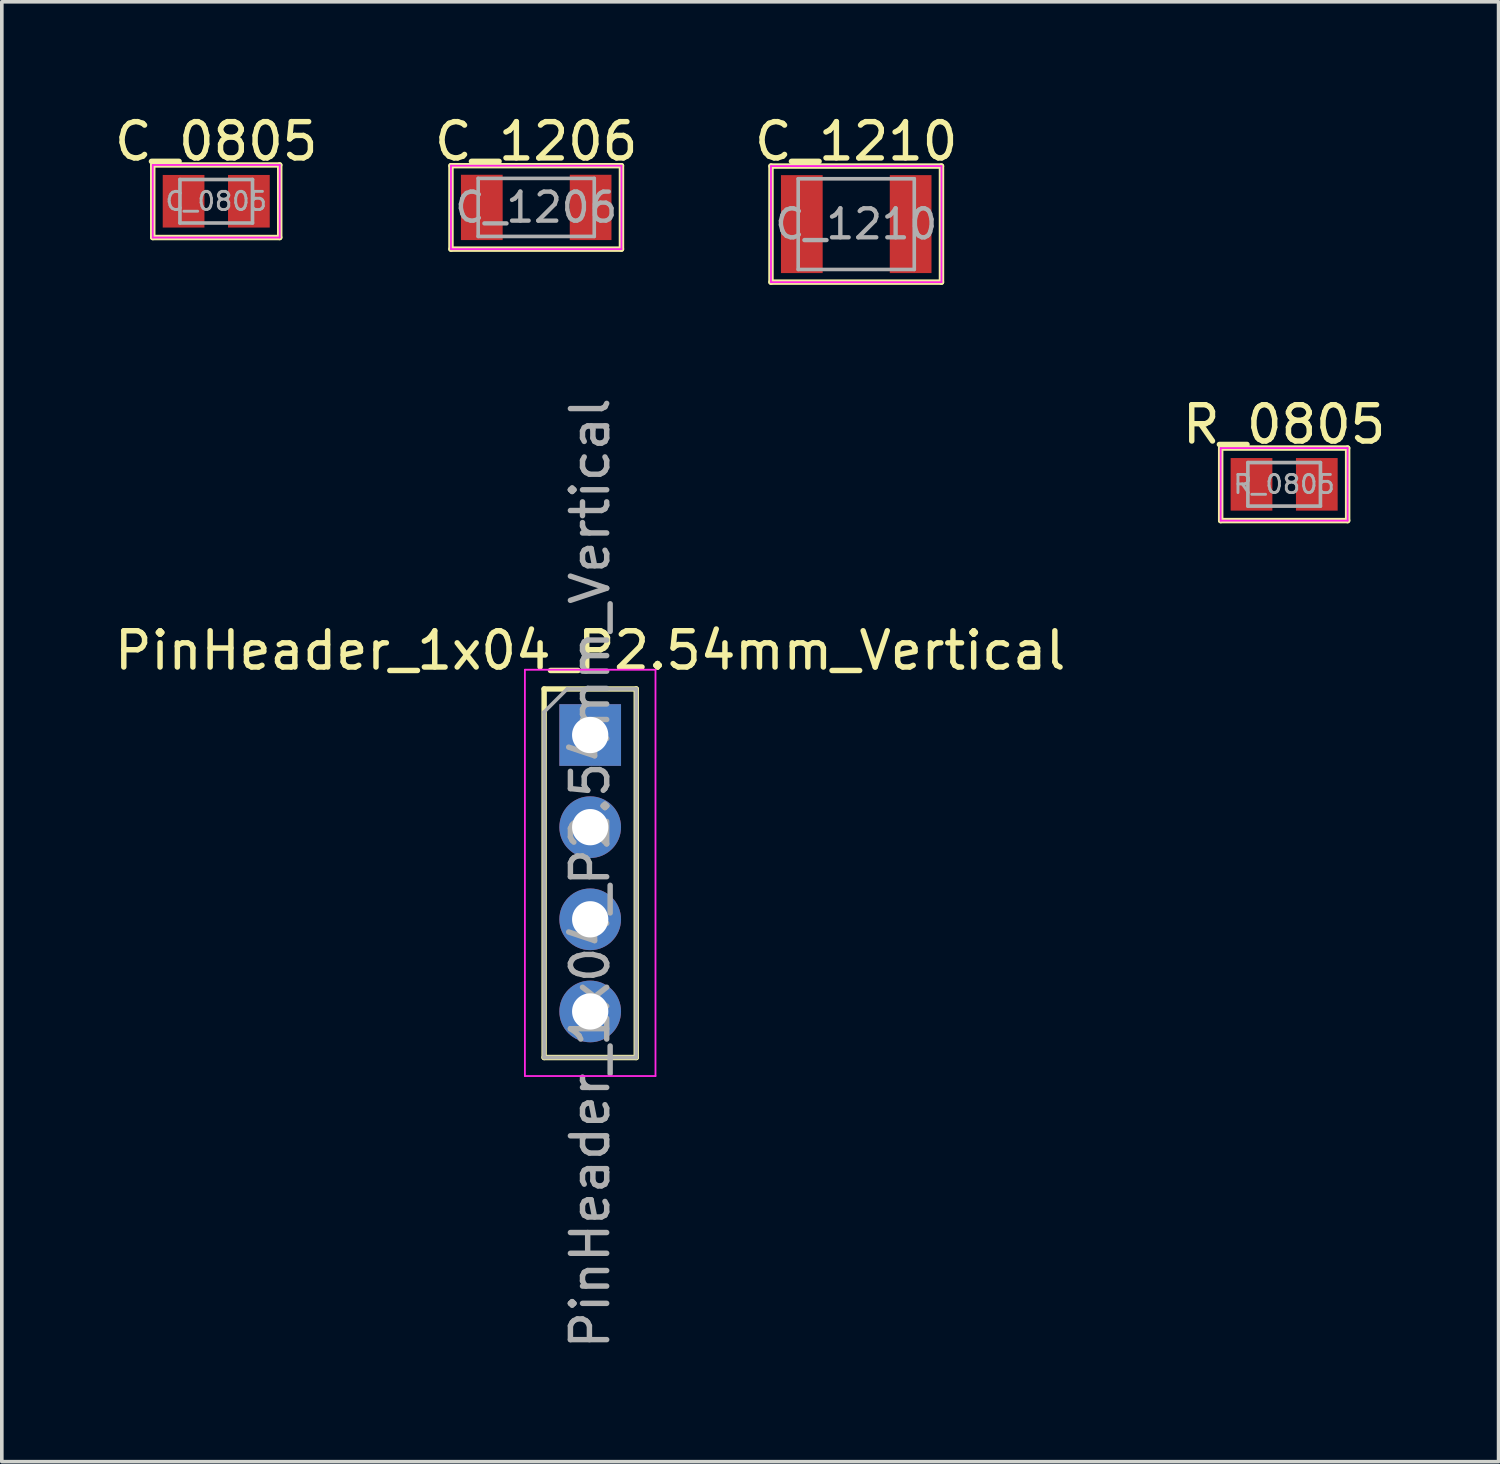
<source format=kicad_pcb>
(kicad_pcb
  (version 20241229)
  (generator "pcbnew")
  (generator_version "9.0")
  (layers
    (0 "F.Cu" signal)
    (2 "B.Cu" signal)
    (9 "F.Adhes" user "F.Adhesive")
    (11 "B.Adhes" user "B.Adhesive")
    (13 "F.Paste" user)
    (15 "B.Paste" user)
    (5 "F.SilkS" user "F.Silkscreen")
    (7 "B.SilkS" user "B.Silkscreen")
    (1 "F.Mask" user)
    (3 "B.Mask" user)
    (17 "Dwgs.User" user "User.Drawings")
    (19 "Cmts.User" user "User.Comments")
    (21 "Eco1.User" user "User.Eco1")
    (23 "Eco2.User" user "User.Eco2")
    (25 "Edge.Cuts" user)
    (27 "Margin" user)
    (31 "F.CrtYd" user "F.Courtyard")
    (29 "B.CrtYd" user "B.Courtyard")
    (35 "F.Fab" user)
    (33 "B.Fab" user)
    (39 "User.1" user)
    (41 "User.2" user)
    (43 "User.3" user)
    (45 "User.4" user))
  (footprint "C_0805"
    (layer "F.Cu")
    (at 2.911 2.498)
    (property "Reference" "C_0805" (at 0 -1.65 0) (layer "F.SilkS") (effects (font (size 1 1) (thickness 0.15))))
    (attr smd)
    (fp_line (start -1.75 -1) (end 1.75 -1) (stroke (width 0.15) (type solid)) (layer "F.SilkS"))
    (fp_line (start -1.75 1) (end -1.75 -1) (stroke (width 0.15) (type solid)) (layer "F.SilkS"))
    (fp_line (start 1.75 -1) (end 1.75 1) (stroke (width 0.15) (type solid)) (layer "F.SilkS"))
    (fp_line (start 1.75 1) (end -1.75 1) (stroke (width 0.15) (type solid)) (layer "F.SilkS"))
    (fp_line (start -1.75 -1) (end 1.75 -1) (stroke (width 0.05) (type solid)) (layer "F.CrtYd"))
    (fp_line (start -1.75 1) (end -1.75 -1) (stroke (width 0.05) (type solid)) (layer "F.CrtYd"))
    (fp_line (start 1.75 -1) (end 1.75 1) (stroke (width 0.05) (type solid)) (layer "F.CrtYd"))
    (fp_line (start 1.75 1) (end -1.75 1) (stroke (width 0.05) (type solid)) (layer "F.CrtYd"))
    (fp_line (start -1 -0.6) (end 1 -0.6) (stroke (width 0.1) (type solid)) (layer "F.Fab"))
    (fp_line (start -1 0.6) (end -1 -0.6) (stroke (width 0.1) (type solid)) (layer "F.Fab"))
    (fp_line (start 1 -0.6) (end 1 0.6) (stroke (width 0.1) (type solid)) (layer "F.Fab"))
    (fp_line (start 1 0.6) (end -1 0.6) (stroke (width 0.1) (type solid)) (layer "F.Fab"))
    (fp_text user "${REFERENCE}" (at 0 0 0) (layer "F.Fab") (effects (font (size 0.5 0.5) (thickness 0.08))))
    (pad "1" smd rect (at -0.9 0) (size 1.15 1.45) (layers "F.Cu" "F.Mask" "F.Paste"))
    (pad "2" smd rect (at 0.9 0) (size 1.15 1.45) (layers "F.Cu" "F.Mask" "F.Paste")))
  (footprint "PinHeader_1x04_P2.54mm_Vertical"
    (layer "F.Cu")
    (at 13.22 17.213)
    (property "Reference" "PinHeader_1x04_P2.54mm_Vertical" (at 0 -2.33 0) (layer "F.SilkS") (effects (font (size 1 1) (thickness 0.15))))
    (attr through_hole)
    (fp_line (start -1.27 -1.27) (end -1.27 8.89) (stroke (width 0.15) (type solid)) (layer "F.SilkS"))
    (fp_line (start -1.27 8.89) (end 1.27 8.89) (stroke (width 0.15) (type solid)) (layer "F.SilkS"))
    (fp_line (start 1.27 -1.27) (end -1.27 -1.27) (stroke (width 0.15) (type solid)) (layer "F.SilkS"))
    (fp_line (start 1.27 -1.27) (end 1.27 8.89) (stroke (width 0.15) (type solid)) (layer "F.SilkS"))
    (fp_line (start -1.8 -1.8) (end -1.8 9.4) (stroke (width 0.05) (type solid)) (layer "F.CrtYd"))
    (fp_line (start -1.8 9.4) (end 1.8 9.4) (stroke (width 0.05) (type solid)) (layer "F.CrtYd"))
    (fp_line (start 1.8 -1.8) (end -1.8 -1.8) (stroke (width 0.05) (type solid)) (layer "F.CrtYd"))
    (fp_line (start 1.8 9.4) (end 1.8 -1.8) (stroke (width 0.05) (type solid)) (layer "F.CrtYd"))
    (fp_line (start -1.27 -0.635) (end -0.635 -1.27) (stroke (width 0.1) (type solid)) (layer "F.Fab"))
    (fp_line (start -1.27 8.89) (end -1.27 -0.635) (stroke (width 0.1) (type solid)) (layer "F.Fab"))
    (fp_line (start -0.635 -1.27) (end 1.27 -1.27) (stroke (width 0.1) (type solid)) (layer "F.Fab"))
    (fp_line (start 1.27 -1.27) (end 1.27 8.89) (stroke (width 0.1) (type solid)) (layer "F.Fab"))
    (fp_line (start 1.27 8.89) (end -1.27 8.89) (stroke (width 0.1) (type solid)) (layer "F.Fab"))
    (fp_text user "${REFERENCE}" (at 0 3.81 90) (layer "F.Fab") (effects (font (size 1 1) (thickness 0.15))))
    (pad "1" thru_hole rect (at 0 0) (size 1.7 1.7) (drill 1) (layers "*.Cu" "*.Mask"))
    (pad "2" thru_hole oval (at 0 2.54) (size 1.7 1.7) (drill 1) (layers "*.Cu" "*.Mask"))
    (pad "3" thru_hole oval (at 0 5.08) (size 1.7 1.7) (drill 1) (layers "*.Cu" "*.Mask"))
    (pad "4" thru_hole oval (at 0 7.62) (size 1.7 1.7) (drill 1) (layers "*.Cu" "*.Mask")))
  (footprint "C_1210"
    (layer "F.Cu")
    (at 20.554 3.128)
    (property "Reference" "C_1210" (at 0 -2.28 0) (layer "F.SilkS") (effects (font (size 1 1) (thickness 0.15))))
    (attr smd)
    (fp_line (start -2.35 -1.6) (end 2.35 -1.6) (stroke (width 0.15) (type solid)) (layer "F.SilkS"))
    (fp_line (start -2.35 1.6) (end -2.35 -1.6) (stroke (width 0.15) (type solid)) (layer "F.SilkS"))
    (fp_line (start 2.35 -1.6) (end 2.35 1.6) (stroke (width 0.15) (type solid)) (layer "F.SilkS"))
    (fp_line (start 2.35 1.6) (end -2.35 1.6) (stroke (width 0.15) (type solid)) (layer "F.SilkS"))
    (fp_line (start -2.35 -1.6) (end 2.35 -1.6) (stroke (width 0.05) (type solid)) (layer "F.CrtYd"))
    (fp_line (start -2.35 1.6) (end -2.35 -1.6) (stroke (width 0.05) (type solid)) (layer "F.CrtYd"))
    (fp_line (start 2.35 -1.6) (end 2.35 1.6) (stroke (width 0.05) (type solid)) (layer "F.CrtYd"))
    (fp_line (start 2.35 1.6) (end -2.35 1.6) (stroke (width 0.05) (type solid)) (layer "F.CrtYd"))
    (fp_line (start -1.6 -1.25) (end 1.6 -1.25) (stroke (width 0.1) (type solid)) (layer "F.Fab"))
    (fp_line (start -1.6 1.25) (end -1.6 -1.25) (stroke (width 0.1) (type solid)) (layer "F.Fab"))
    (fp_line (start 1.6 -1.25) (end 1.6 1.25) (stroke (width 0.1) (type solid)) (layer "F.Fab"))
    (fp_line (start 1.6 1.25) (end -1.6 1.25) (stroke (width 0.1) (type solid)) (layer "F.Fab"))
    (fp_text user "${REFERENCE}" (at 0 0 0) (layer "F.Fab") (effects (font (size 0.8 0.8) (thickness 0.12))))
    (pad "1" smd rect (at -1.5 0) (size 1.15 2.7) (layers "F.Cu" "F.Mask" "F.Paste"))
    (pad "2" smd rect (at 1.5 0) (size 1.15 2.7) (layers "F.Cu" "F.Mask" "F.Paste")))
  (footprint "R_0805"
    (layer "F.Cu")
    (at 32.351 10.302)
    (property "Reference" "R_0805" (at 0 -1.65 0) (layer "F.SilkS") (effects (font (size 1 1) (thickness 0.15))))
    (attr smd)
    (fp_line (start -1.75 -1) (end 1.75 -1) (stroke (width 0.15) (type solid)) (layer "F.SilkS"))
    (fp_line (start -1.75 1) (end -1.75 -1) (stroke (width 0.15) (type solid)) (layer "F.SilkS"))
    (fp_line (start 1.75 -1) (end 1.75 1) (stroke (width 0.15) (type solid)) (layer "F.SilkS"))
    (fp_line (start 1.75 1) (end -1.75 1) (stroke (width 0.15) (type solid)) (layer "F.SilkS"))
    (fp_line (start -1.75 -1) (end 1.75 -1) (stroke (width 0.05) (type solid)) (layer "F.CrtYd"))
    (fp_line (start -1.75 1) (end -1.75 -1) (stroke (width 0.05) (type solid)) (layer "F.CrtYd"))
    (fp_line (start 1.75 -1) (end 1.75 1) (stroke (width 0.05) (type solid)) (layer "F.CrtYd"))
    (fp_line (start 1.75 1) (end -1.75 1) (stroke (width 0.05) (type solid)) (layer "F.CrtYd"))
    (fp_line (start -1 -0.6) (end 1 -0.6) (stroke (width 0.1) (type solid)) (layer "F.Fab"))
    (fp_line (start -1 0.6) (end -1 -0.6) (stroke (width 0.1) (type solid)) (layer "F.Fab"))
    (fp_line (start 1 -0.6) (end 1 0.6) (stroke (width 0.1) (type solid)) (layer "F.Fab"))
    (fp_line (start 1 0.6) (end -1 0.6) (stroke (width 0.1) (type solid)) (layer "F.Fab"))
    (fp_text user "${REFERENCE}" (at 0 0 0) (layer "F.Fab") (effects (font (size 0.5 0.5) (thickness 0.08))))
    (pad "1" smd rect (at -0.9 0) (size 1.15 1.45) (layers "F.Cu" "F.Mask" "F.Paste"))
    (pad "2" smd rect (at 0.9 0) (size 1.15 1.45) (layers "F.Cu" "F.Mask" "F.Paste")))
  (footprint "C_1206"
    (layer "F.Cu")
    (at 11.732 2.668)
    (property "Reference" "C_1206" (at 0 -1.82 0) (layer "F.SilkS") (effects (font (size 1 1) (thickness 0.15))))
    (attr smd)
    (fp_line (start -2.35 -1.15) (end 2.35 -1.15) (stroke (width 0.15) (type solid)) (layer "F.SilkS"))
    (fp_line (start -2.35 1.15) (end -2.35 -1.15) (stroke (width 0.15) (type solid)) (layer "F.SilkS"))
    (fp_line (start 2.35 -1.15) (end 2.35 1.15) (stroke (width 0.15) (type solid)) (layer "F.SilkS"))
    (fp_line (start 2.35 1.15) (end -2.35 1.15) (stroke (width 0.15) (type solid)) (layer "F.SilkS"))
    (fp_line (start -2.35 -1.15) (end 2.35 -1.15) (stroke (width 0.05) (type solid)) (layer "F.CrtYd"))
    (fp_line (start -2.35 1.15) (end -2.35 -1.15) (stroke (width 0.05) (type solid)) (layer "F.CrtYd"))
    (fp_line (start 2.35 -1.15) (end 2.35 1.15) (stroke (width 0.05) (type solid)) (layer "F.CrtYd"))
    (fp_line (start 2.35 1.15) (end -2.35 1.15) (stroke (width 0.05) (type solid)) (layer "F.CrtYd"))
    (fp_line (start -1.6 -0.8) (end 1.6 -0.8) (stroke (width 0.1) (type solid)) (layer "F.Fab"))
    (fp_line (start -1.6 0.8) (end -1.6 -0.8) (stroke (width 0.1) (type solid)) (layer "F.Fab"))
    (fp_line (start 1.6 -0.8) (end 1.6 0.8) (stroke (width 0.1) (type solid)) (layer "F.Fab"))
    (fp_line (start 1.6 0.8) (end -1.6 0.8) (stroke (width 0.1) (type solid)) (layer "F.Fab"))
    (fp_text user "${REFERENCE}" (at 0 0 0) (layer "F.Fab") (effects (font (size 0.8 0.8) (thickness 0.12))))
    (pad "1" smd rect (at -1.5 0) (size 1.15 1.8) (layers "F.Cu" "F.Mask" "F.Paste"))
    (pad "2" smd rect (at 1.5 0) (size 1.15 1.8) (layers "F.Cu" "F.Mask" "F.Paste")))
  (gr_rect
    (start -3 -3)
    (end 38.262 37.244)
    (stroke (width 0.1) (type default))
    (fill no)
    (layer "Edge.Cuts")))
</source>
